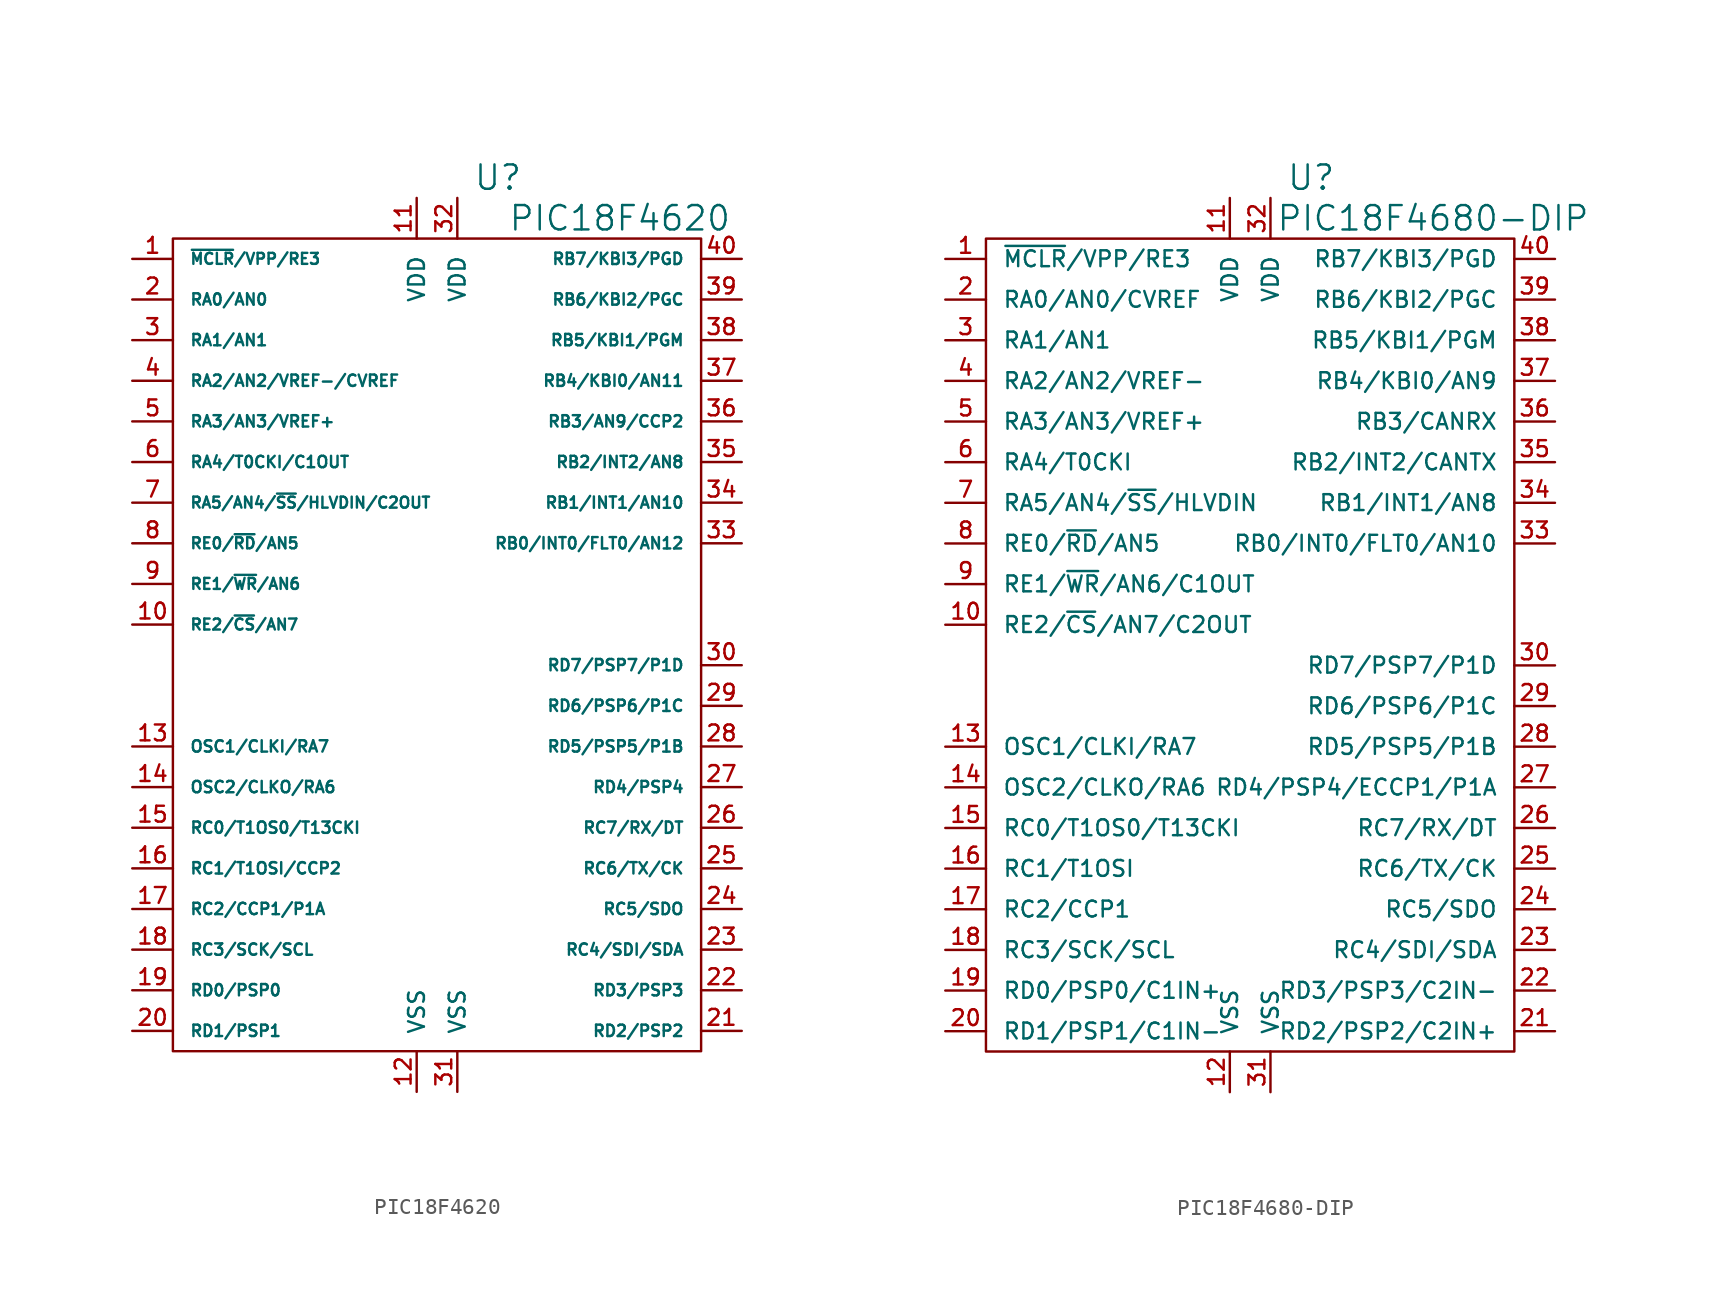
<source format=kicad_sym>
(kicad_symbol_lib
  (version 20220914)
  (generator kicad_symbol_editor)
  (symbol "PIC18F4620"
    (pin_names
      (offset 1.016))
    (property "Reference" "U"
      (at 3.81 29.21 0)
      (effects (font (size 1.524 1.524))))
    (property "Value" "PIC18F4620"
      (at 11.43 26.67 0)
      (effects (font (size 1.524 1.524))))
    (property "Footprint" ""
      (at 0 0 0)
      (effects (font (size 1.524 1.524))))
    (property "Datasheet" ""
      (at 0 0 0)
      (effects (font (size 1.524 1.524))))
    (symbol "PIC18F4620_0_1"
      (rectangle (start -16.51 25.4) (end 16.51 -25.4) (stroke (width 0) (type solid)) (fill (type none))))
    (symbol "PIC18F4620_1_1"
      (pin passive line (at -19.05 24.13 0) (length 2.54) (name "~{MCLR}/VPP/RE3" (effects (font (size 0.686 0.686)))) (number "1" (effects (font (size 0.991 0.991)))))
      (pin passive line (at -19.05 1.27 0) (length 2.54) (name "RE2/~{CS}/AN7" (effects (font (size 0.686 0.686)))) (number "10" (effects (font (size 0.991 0.991)))))
      (pin passive line (at -1.27 27.94 270) (length 2.54) (name "VDD" (effects (font (size 0.991 0.991)))) (number "11" (effects (font (size 0.991 0.991)))))
      (pin passive line (at -1.27 -27.94 90) (length 2.54) (name "VSS" (effects (font (size 0.991 0.991)))) (number "12" (effects (font (size 0.991 0.991)))))
      (pin passive line (at -19.05 -6.35 0) (length 2.54) (name "OSC1/CLKI/RA7" (effects (font (size 0.711 0.711)))) (number "13" (effects (font (size 0.991 0.991)))))
      (pin passive line (at -19.05 -8.89 0) (length 2.54) (name "OSC2/CLKO/RA6" (effects (font (size 0.711 0.711)))) (number "14" (effects (font (size 0.991 0.991)))))
      (pin passive line (at -19.05 -11.43 0) (length 2.54) (name "RC0/T1OS0/T13CKI" (effects (font (size 0.711 0.711)))) (number "15" (effects (font (size 0.991 0.991)))))
      (pin passive line (at -19.05 -13.97 0) (length 2.54) (name "RC1/T1OSI/CCP2" (effects (font (size 0.711 0.711)))) (number "16" (effects (font (size 0.991 0.991)))))
      (pin passive line (at -19.05 -16.51 0) (length 2.54) (name "RC2/CCP1/P1A" (effects (font (size 0.711 0.711)))) (number "17" (effects (font (size 0.991 0.991)))))
      (pin passive line (at -19.05 -19.05 0) (length 2.54) (name "RC3/SCK/SCL" (effects (font (size 0.711 0.711)))) (number "18" (effects (font (size 0.991 0.991)))))
      (pin passive line (at -19.05 -21.59 0) (length 2.54) (name "RD0/PSP0" (effects (font (size 0.711 0.711)))) (number "19" (effects (font (size 0.991 0.991)))))
      (pin passive line (at -19.05 21.59 0) (length 2.54) (name "RA0/AN0" (effects (font (size 0.711 0.711)))) (number "2" (effects (font (size 0.991 0.991)))))
      (pin passive line (at -19.05 -24.13 0) (length 2.54) (name "RD1/PSP1" (effects (font (size 0.711 0.711)))) (number "20" (effects (font (size 0.991 0.991)))))
      (pin passive line (at 19.05 -24.13 180) (length 2.54) (name "RD2/PSP2" (effects (font (size 0.711 0.711)))) (number "21" (effects (font (size 0.991 0.991)))))
      (pin passive line (at 19.05 -21.59 180) (length 2.54) (name "RD3/PSP3" (effects (font (size 0.711 0.711)))) (number "22" (effects (font (size 0.991 0.991)))))
      (pin passive line (at 19.05 -19.05 180) (length 2.54) (name "RC4/SDI/SDA" (effects (font (size 0.711 0.711)))) (number "23" (effects (font (size 0.991 0.991)))))
      (pin passive line (at 19.05 -16.51 180) (length 2.54) (name "RC5/SDO" (effects (font (size 0.711 0.711)))) (number "24" (effects (font (size 0.991 0.991)))))
      (pin passive line (at 19.05 -13.97 180) (length 2.54) (name "RC6/TX/CK" (effects (font (size 0.711 0.711)))) (number "25" (effects (font (size 0.991 0.991)))))
      (pin passive line (at 19.05 -11.43 180) (length 2.54) (name "RC7/RX/DT" (effects (font (size 0.711 0.711)))) (number "26" (effects (font (size 0.991 0.991)))))
      (pin passive line (at 19.05 -8.89 180) (length 2.54) (name "RD4/PSP4" (effects (font (size 0.711 0.711)))) (number "27" (effects (font (size 0.991 0.991)))))
      (pin passive line (at 19.05 -6.35 180) (length 2.54) (name "RD5/PSP5/P1B" (effects (font (size 0.711 0.711)))) (number "28" (effects (font (size 0.991 0.991)))))
      (pin passive line (at 19.05 -3.81 180) (length 2.54) (name "RD6/PSP6/P1C" (effects (font (size 0.711 0.711)))) (number "29" (effects (font (size 0.991 0.991)))))
      (pin passive line (at -19.05 19.05 0) (length 2.54) (name "RA1/AN1" (effects (font (size 0.711 0.711)))) (number "3" (effects (font (size 0.991 0.991)))))
      (pin passive line (at 19.05 -1.27 180) (length 2.54) (name "RD7/PSP7/P1D" (effects (font (size 0.711 0.711)))) (number "30" (effects (font (size 0.991 0.991)))))
      (pin passive line (at 1.27 -27.94 90) (length 2.54) (name "VSS" (effects (font (size 0.991 0.991)))) (number "31" (effects (font (size 0.991 0.991)))))
      (pin passive line (at 1.27 27.94 270) (length 2.54) (name "VDD" (effects (font (size 0.991 0.991)))) (number "32" (effects (font (size 0.991 0.991)))))
      (pin passive line (at 19.05 6.35 180) (length 2.54) (name "RB0/INT0/FLT0/AN12" (effects (font (size 0.711 0.711)))) (number "33" (effects (font (size 0.991 0.991)))))
      (pin passive line (at 19.05 8.89 180) (length 2.54) (name "RB1/INT1/AN10" (effects (font (size 0.711 0.711)))) (number "34" (effects (font (size 0.991 0.991)))))
      (pin passive line (at 19.05 11.43 180) (length 2.54) (name "RB2/INT2/AN8" (effects (font (size 0.711 0.711)))) (number "35" (effects (font (size 0.991 0.991)))))
      (pin passive line (at 19.05 13.97 180) (length 2.54) (name "RB3/AN9/CCP2" (effects (font (size 0.711 0.711)))) (number "36" (effects (font (size 0.991 0.991)))))
      (pin passive line (at 19.05 16.51 180) (length 2.54) (name "RB4/KBI0/AN11" (effects (font (size 0.711 0.711)))) (number "37" (effects (font (size 0.991 0.991)))))
      (pin passive line (at 19.05 19.05 180) (length 2.54) (name "RB5/KBI1/PGM" (effects (font (size 0.711 0.711)))) (number "38" (effects (font (size 0.991 0.991)))))
      (pin passive line (at 19.05 21.59 180) (length 2.54) (name "RB6/KBI2/PGC" (effects (font (size 0.711 0.711)))) (number "39" (effects (font (size 0.991 0.991)))))
      (pin passive line (at -19.05 16.51 0) (length 2.54) (name "RA2/AN2/VREF-/CVREF" (effects (font (size 0.711 0.711)))) (number "4" (effects (font (size 0.991 0.991)))))
      (pin passive line (at 19.05 24.13 180) (length 2.54) (name "RB7/KBI3/PGD" (effects (font (size 0.711 0.711)))) (number "40" (effects (font (size 0.991 0.991)))))
      (pin passive line (at -19.05 13.97 0) (length 2.54) (name "RA3/AN3/VREF+" (effects (font (size 0.711 0.711)))) (number "5" (effects (font (size 0.991 0.991)))))
      (pin passive line (at -19.05 11.43 0) (length 2.54) (name "RA4/T0CKI/C1OUT" (effects (font (size 0.711 0.711)))) (number "6" (effects (font (size 0.991 0.991)))))
      (pin passive line (at -19.05 8.89 0) (length 2.54) (name "RA5/AN4/~{SS}/HLVDIN/C2OUT" (effects (font (size 0.686 0.686)))) (number "7" (effects (font (size 0.991 0.991)))))
      (pin passive line (at -19.05 6.35 0) (length 2.54) (name "RE0/~{RD}/AN5" (effects (font (size 0.686 0.686)))) (number "8" (effects (font (size 0.991 0.991)))))
      (pin passive line (at -19.05 3.81 0) (length 2.54) (name "RE1/~{WR}/AN6" (effects (font (size 0.686 0.686)))) (number "9" (effects (font (size 0.991 0.991)))))))
  (symbol "PIC18F4680-DIP"
    (pin_names
      (offset 1.016))
    (property "Reference" "U"
      (at 3.81 29.21 0)
      (effects (font (size 1.524 1.524))))
    (property "Value" "PIC18F4680-DIP"
      (at 11.43 26.67 0)
      (effects (font (size 1.524 1.524))))
    (property "Footprint" ""
      (at 0 0 0)
      (effects (font (size 1.524 1.524))))
    (property "Datasheet" ""
      (at 0 0 0)
      (effects (font (size 1.524 1.524))))
    (symbol "PIC18F4680-DIP_0_1"
      (rectangle (start -16.51 25.4) (end 16.51 -25.4) (stroke (width 0) (type solid)) (fill (type none))))
    (symbol "PIC18F4680-DIP_1_1"
      (pin passive line (at -19.05 24.13 0) (length 2.54) (name "~{MCLR}/VPP/RE3" (effects (font (size 0.991 0.991)))) (number "1" (effects (font (size 0.991 0.991)))))
      (pin passive line (at -19.05 1.27 0) (length 2.54) (name "RE2/~{CS}/AN7/C2OUT" (effects (font (size 0.991 0.991)))) (number "10" (effects (font (size 0.991 0.991)))))
      (pin passive line (at -1.27 27.94 270) (length 2.54) (name "VDD" (effects (font (size 0.991 0.991)))) (number "11" (effects (font (size 0.991 0.991)))))
      (pin passive line (at -1.27 -27.94 90) (length 2.54) (name "VSS" (effects (font (size 0.991 0.991)))) (number "12" (effects (font (size 0.991 0.991)))))
      (pin passive line (at -19.05 -6.35 0) (length 2.54) (name "OSC1/CLKI/RA7" (effects (font (size 0.991 0.991)))) (number "13" (effects (font (size 0.991 0.991)))))
      (pin passive line (at -19.05 -8.89 0) (length 2.54) (name "OSC2/CLKO/RA6" (effects (font (size 0.991 0.991)))) (number "14" (effects (font (size 0.991 0.991)))))
      (pin passive line (at -19.05 -11.43 0) (length 2.54) (name "RC0/T1OS0/T13CKI" (effects (font (size 0.991 0.991)))) (number "15" (effects (font (size 0.991 0.991)))))
      (pin passive line (at -19.05 -13.97 0) (length 2.54) (name "RC1/T1OSI" (effects (font (size 0.991 0.991)))) (number "16" (effects (font (size 0.991 0.991)))))
      (pin passive line (at -19.05 -16.51 0) (length 2.54) (name "RC2/CCP1" (effects (font (size 0.991 0.991)))) (number "17" (effects (font (size 0.991 0.991)))))
      (pin passive line (at -19.05 -19.05 0) (length 2.54) (name "RC3/SCK/SCL" (effects (font (size 0.991 0.991)))) (number "18" (effects (font (size 0.991 0.991)))))
      (pin passive line (at -19.05 -21.59 0) (length 2.54) (name "RD0/PSP0/C1IN+" (effects (font (size 0.991 0.991)))) (number "19" (effects (font (size 0.991 0.991)))))
      (pin passive line (at -19.05 21.59 0) (length 2.54) (name "RA0/AN0/CVREF" (effects (font (size 0.991 0.991)))) (number "2" (effects (font (size 0.991 0.991)))))
      (pin passive line (at -19.05 -24.13 0) (length 2.54) (name "RD1/PSP1/C1IN-" (effects (font (size 0.991 0.991)))) (number "20" (effects (font (size 0.991 0.991)))))
      (pin passive line (at 19.05 -24.13 180) (length 2.54) (name "RD2/PSP2/C2IN+" (effects (font (size 0.991 0.991)))) (number "21" (effects (font (size 0.991 0.991)))))
      (pin passive line (at 19.05 -21.59 180) (length 2.54) (name "RD3/PSP3/C2IN-" (effects (font (size 0.991 0.991)))) (number "22" (effects (font (size 0.991 0.991)))))
      (pin passive line (at 19.05 -19.05 180) (length 2.54) (name "RC4/SDI/SDA" (effects (font (size 0.991 0.991)))) (number "23" (effects (font (size 0.991 0.991)))))
      (pin passive line (at 19.05 -16.51 180) (length 2.54) (name "RC5/SDO" (effects (font (size 0.991 0.991)))) (number "24" (effects (font (size 0.991 0.991)))))
      (pin passive line (at 19.05 -13.97 180) (length 2.54) (name "RC6/TX/CK" (effects (font (size 0.991 0.991)))) (number "25" (effects (font (size 0.991 0.991)))))
      (pin passive line (at 19.05 -11.43 180) (length 2.54) (name "RC7/RX/DT" (effects (font (size 0.991 0.991)))) (number "26" (effects (font (size 0.991 0.991)))))
      (pin passive line (at 19.05 -8.89 180) (length 2.54) (name "RD4/PSP4/ECCP1/P1A" (effects (font (size 0.991 0.991)))) (number "27" (effects (font (size 0.991 0.991)))))
      (pin passive line (at 19.05 -6.35 180) (length 2.54) (name "RD5/PSP5/P1B" (effects (font (size 0.991 0.991)))) (number "28" (effects (font (size 0.991 0.991)))))
      (pin passive line (at 19.05 -3.81 180) (length 2.54) (name "RD6/PSP6/P1C" (effects (font (size 0.991 0.991)))) (number "29" (effects (font (size 0.991 0.991)))))
      (pin passive line (at -19.05 19.05 0) (length 2.54) (name "RA1/AN1" (effects (font (size 0.991 0.991)))) (number "3" (effects (font (size 0.991 0.991)))))
      (pin passive line (at 19.05 -1.27 180) (length 2.54) (name "RD7/PSP7/P1D" (effects (font (size 0.991 0.991)))) (number "30" (effects (font (size 0.991 0.991)))))
      (pin passive line (at 1.27 -27.94 90) (length 2.54) (name "VSS" (effects (font (size 0.991 0.991)))) (number "31" (effects (font (size 0.991 0.991)))))
      (pin passive line (at 1.27 27.94 270) (length 2.54) (name "VDD" (effects (font (size 0.991 0.991)))) (number "32" (effects (font (size 0.991 0.991)))))
      (pin passive line (at 19.05 6.35 180) (length 2.54) (name "RB0/INT0/FLT0/AN10" (effects (font (size 0.991 0.991)))) (number "33" (effects (font (size 0.991 0.991)))))
      (pin passive line (at 19.05 8.89 180) (length 2.54) (name "RB1/INT1/AN8" (effects (font (size 0.991 0.991)))) (number "34" (effects (font (size 0.991 0.991)))))
      (pin passive line (at 19.05 11.43 180) (length 2.54) (name "RB2/INT2/CANTX" (effects (font (size 0.991 0.991)))) (number "35" (effects (font (size 0.991 0.991)))))
      (pin passive line (at 19.05 13.97 180) (length 2.54) (name "RB3/CANRX" (effects (font (size 0.991 0.991)))) (number "36" (effects (font (size 0.991 0.991)))))
      (pin passive line (at 19.05 16.51 180) (length 2.54) (name "RB4/KBI0/AN9" (effects (font (size 0.991 0.991)))) (number "37" (effects (font (size 0.991 0.991)))))
      (pin passive line (at 19.05 19.05 180) (length 2.54) (name "RB5/KBI1/PGM" (effects (font (size 0.991 0.991)))) (number "38" (effects (font (size 0.991 0.991)))))
      (pin passive line (at 19.05 21.59 180) (length 2.54) (name "RB6/KBI2/PGC" (effects (font (size 0.991 0.991)))) (number "39" (effects (font (size 0.991 0.991)))))
      (pin passive line (at -19.05 16.51 0) (length 2.54) (name "RA2/AN2/VREF-" (effects (font (size 0.991 0.991)))) (number "4" (effects (font (size 0.991 0.991)))))
      (pin passive line (at 19.05 24.13 180) (length 2.54) (name "RB7/KBI3/PGD" (effects (font (size 0.991 0.991)))) (number "40" (effects (font (size 0.991 0.991)))))
      (pin passive line (at -19.05 13.97 0) (length 2.54) (name "RA3/AN3/VREF+" (effects (font (size 0.991 0.991)))) (number "5" (effects (font (size 0.991 0.991)))))
      (pin passive line (at -19.05 11.43 0) (length 2.54) (name "RA4/T0CKI" (effects (font (size 0.991 0.991)))) (number "6" (effects (font (size 0.991 0.991)))))
      (pin passive line (at -19.05 8.89 0) (length 2.54) (name "RA5/AN4/~{SS}/HLVDIN" (effects (font (size 0.991 0.991)))) (number "7" (effects (font (size 0.991 0.991)))))
      (pin passive line (at -19.05 6.35 0) (length 2.54) (name "RE0/~{RD}/AN5" (effects (font (size 0.991 0.991)))) (number "8" (effects (font (size 0.991 0.991)))))
      (pin passive line (at -19.05 3.81 0) (length 2.54) (name "RE1/~{WR}/AN6/C1OUT" (effects (font (size 0.991 0.991)))) (number "9" (effects (font (size 0.991 0.991))))))))
</source>
